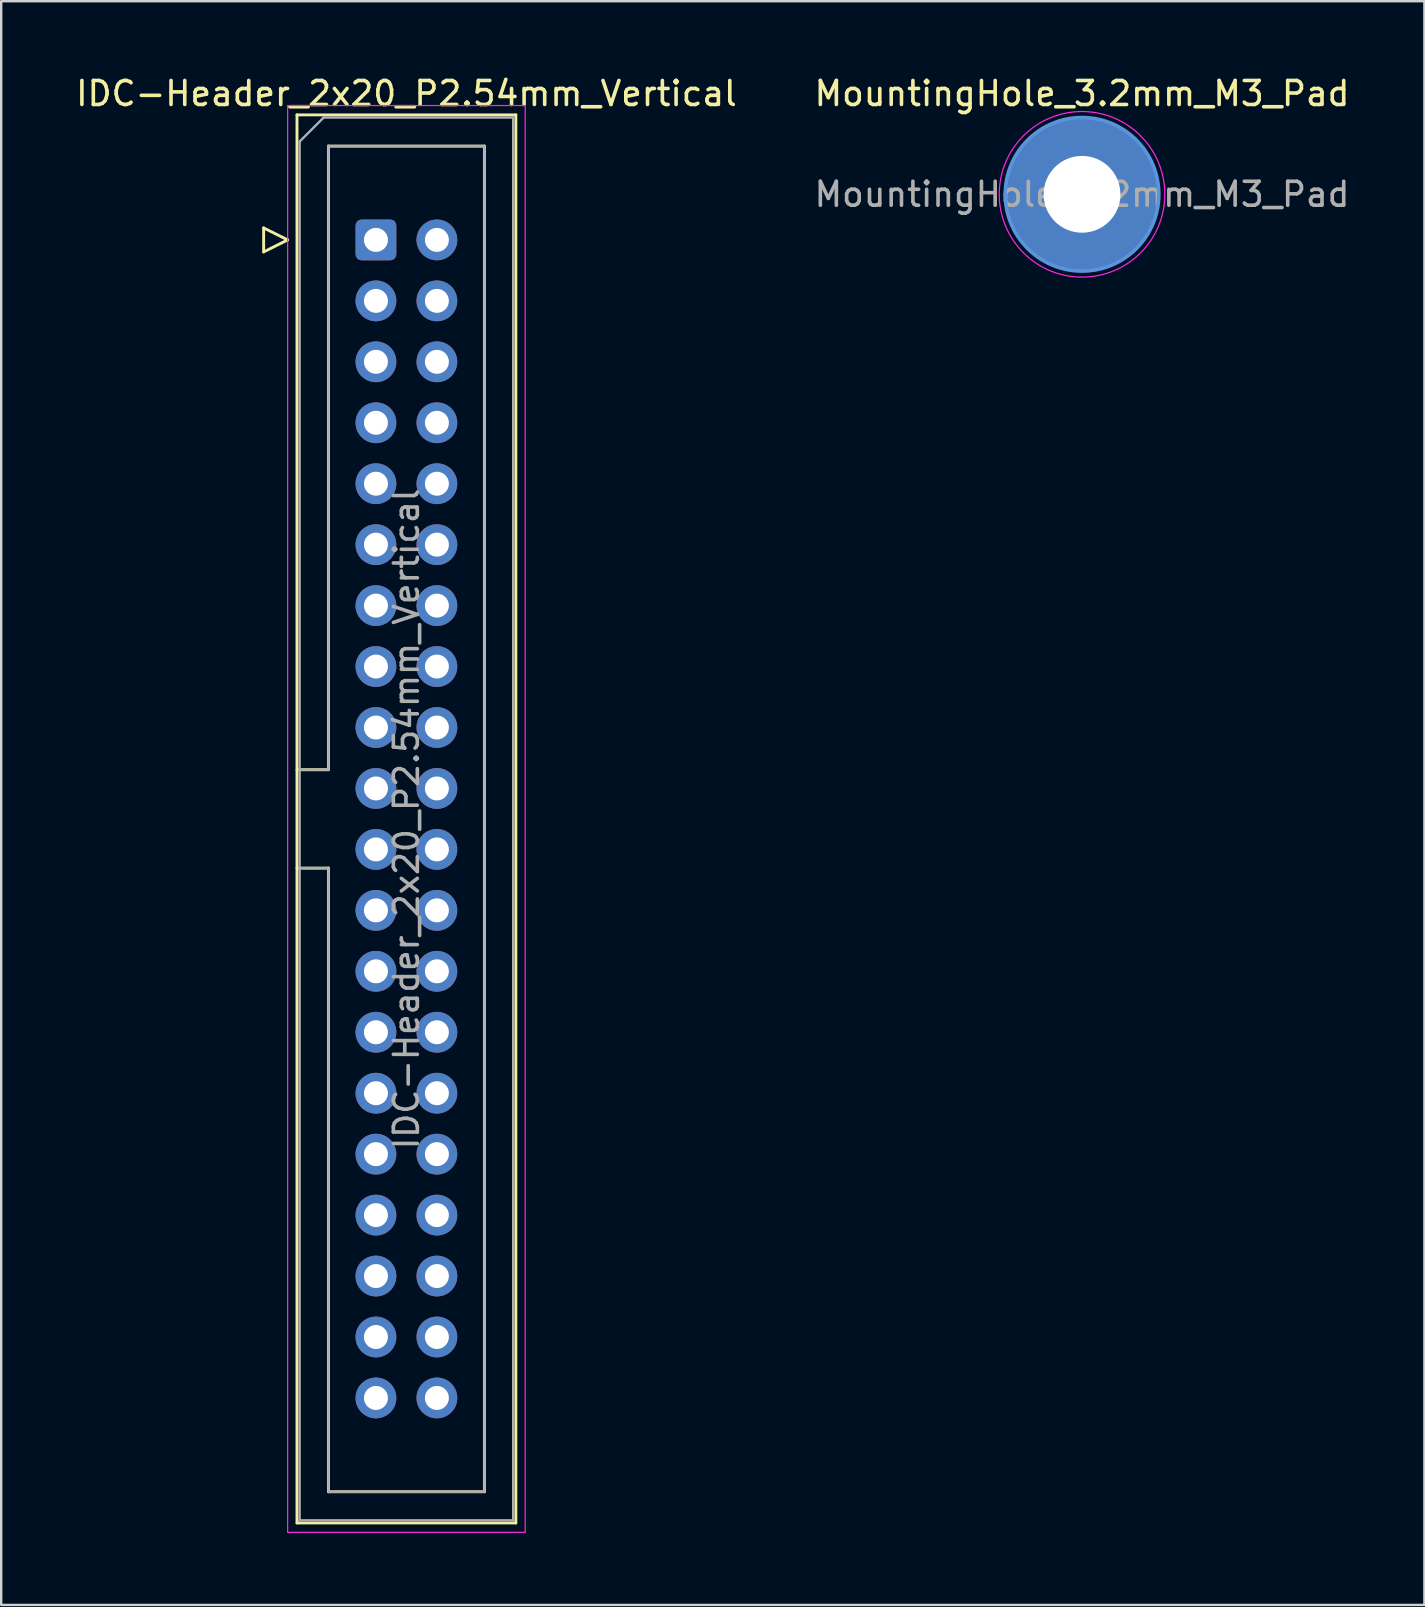
<source format=kicad_pcb>
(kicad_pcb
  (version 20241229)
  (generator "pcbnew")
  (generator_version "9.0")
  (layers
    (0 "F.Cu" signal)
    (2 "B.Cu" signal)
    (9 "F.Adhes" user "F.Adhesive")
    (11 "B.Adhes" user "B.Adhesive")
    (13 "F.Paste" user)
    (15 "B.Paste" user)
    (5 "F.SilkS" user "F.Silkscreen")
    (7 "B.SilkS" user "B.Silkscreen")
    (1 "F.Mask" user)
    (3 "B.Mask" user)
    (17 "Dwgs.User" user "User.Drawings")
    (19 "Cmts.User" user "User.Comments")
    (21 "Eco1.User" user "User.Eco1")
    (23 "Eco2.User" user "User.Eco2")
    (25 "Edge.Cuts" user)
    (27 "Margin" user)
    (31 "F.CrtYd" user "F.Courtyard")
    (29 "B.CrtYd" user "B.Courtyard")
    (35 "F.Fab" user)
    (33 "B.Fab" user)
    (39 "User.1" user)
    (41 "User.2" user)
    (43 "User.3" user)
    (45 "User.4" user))
  (footprint "MountingHole_3.2mm_M3_Pad"
    (layer "F.Cu")
    (at 42.042 5.048)
    (property "Reference" "MountingHole_3.2mm_M3_Pad" (at 0 -4.2 0) (layer "F.SilkS") (effects (font (size 1 1) (thickness 0.15))))
    (attr exclude_from_pos_files exclude_from_bom)
    (fp_circle (center 0 0) (end 3.2 0) (stroke (width 0.15) (type solid)) (fill no) (layer "Cmts.User"))
    (fp_circle (center 0 0) (end 3.45 0) (stroke (width 0.05) (type solid)) (fill no) (layer "F.CrtYd"))
    (fp_text user "${REFERENCE}" (at 0 0 0) (layer "F.Fab") (effects (font (size 1 1) (thickness 0.15))))
    (pad "1" thru_hole circle (at 0 0) (size 6.4 6.4) (drill 3.2) (layers "*.Cu" "*.Mask")))
  (footprint "IDC-Header_2x20_P2.54mm_Vertical"
    (layer "F.Cu")
    (at 12.617 6.948)
    (property "Reference" "IDC-Header_2x20_P2.54mm_Vertical" (at 1.27 -6.1 0) (layer "F.SilkS") (effects (font (size 1 1) (thickness 0.15))))
    (attr through_hole)
    (fp_line (start -4.68 -0.5) (end -4.68 0.5) (stroke (width 0.12) (type solid)) (layer "F.SilkS"))
    (fp_line (start -4.68 0.5) (end -3.68 0) (stroke (width 0.12) (type solid)) (layer "F.SilkS"))
    (fp_line (start -3.68 0) (end -4.68 -0.5) (stroke (width 0.12) (type solid)) (layer "F.SilkS"))
    (fp_line (start -3.29 -5.21) (end 5.83 -5.21) (stroke (width 0.12) (type solid)) (layer "F.SilkS"))
    (fp_line (start -3.29 22.08) (end -1.98 22.08) (stroke (width 0.12) (type solid)) (layer "F.SilkS"))
    (fp_line (start -3.29 53.47) (end -3.29 -5.21) (stroke (width 0.12) (type solid)) (layer "F.SilkS"))
    (fp_line (start -1.98 -3.91) (end 4.52 -3.91) (stroke (width 0.12) (type solid)) (layer "F.SilkS"))
    (fp_line (start -1.98 22.08) (end -1.98 -3.91) (stroke (width 0.12) (type solid)) (layer "F.SilkS"))
    (fp_line (start -1.98 26.18) (end -3.29 26.18) (stroke (width 0.12) (type solid)) (layer "F.SilkS"))
    (fp_line (start -1.98 26.18) (end -1.98 26.18) (stroke (width 0.12) (type solid)) (layer "F.SilkS"))
    (fp_line (start -1.98 52.17) (end -1.98 26.18) (stroke (width 0.12) (type solid)) (layer "F.SilkS"))
    (fp_line (start 4.52 -3.91) (end 4.52 52.17) (stroke (width 0.12) (type solid)) (layer "F.SilkS"))
    (fp_line (start 4.52 52.17) (end -1.98 52.17) (stroke (width 0.12) (type solid)) (layer "F.SilkS"))
    (fp_line (start 5.83 -5.21) (end 5.83 53.47) (stroke (width 0.12) (type solid)) (layer "F.SilkS"))
    (fp_line (start 5.83 53.47) (end -3.29 53.47) (stroke (width 0.12) (type solid)) (layer "F.SilkS"))
    (fp_line (start -3.68 -5.6) (end -3.68 53.86) (stroke (width 0.05) (type solid)) (layer "F.CrtYd"))
    (fp_line (start -3.68 53.86) (end 6.22 53.86) (stroke (width 0.05) (type solid)) (layer "F.CrtYd"))
    (fp_line (start 6.22 -5.6) (end -3.68 -5.6) (stroke (width 0.05) (type solid)) (layer "F.CrtYd"))
    (fp_line (start 6.22 53.86) (end 6.22 -5.6) (stroke (width 0.05) (type solid)) (layer "F.CrtYd"))
    (fp_line (start -3.18 -4.1) (end -2.18 -5.1) (stroke (width 0.1) (type solid)) (layer "F.Fab"))
    (fp_line (start -3.18 22.08) (end -1.98 22.08) (stroke (width 0.1) (type solid)) (layer "F.Fab"))
    (fp_line (start -3.18 53.36) (end -3.18 -4.1) (stroke (width 0.1) (type solid)) (layer "F.Fab"))
    (fp_line (start -2.18 -5.1) (end 5.72 -5.1) (stroke (width 0.1) (type solid)) (layer "F.Fab"))
    (fp_line (start -1.98 -3.91) (end 4.52 -3.91) (stroke (width 0.1) (type solid)) (layer "F.Fab"))
    (fp_line (start -1.98 22.08) (end -1.98 -3.91) (stroke (width 0.1) (type solid)) (layer "F.Fab"))
    (fp_line (start -1.98 26.18) (end -3.18 26.18) (stroke (width 0.1) (type solid)) (layer "F.Fab"))
    (fp_line (start -1.98 26.18) (end -1.98 26.18) (stroke (width 0.1) (type solid)) (layer "F.Fab"))
    (fp_line (start -1.98 52.17) (end -1.98 26.18) (stroke (width 0.1) (type solid)) (layer "F.Fab"))
    (fp_line (start 4.52 -3.91) (end 4.52 52.17) (stroke (width 0.1) (type solid)) (layer "F.Fab"))
    (fp_line (start 4.52 52.17) (end -1.98 52.17) (stroke (width 0.1) (type solid)) (layer "F.Fab"))
    (fp_line (start 5.72 -5.1) (end 5.72 53.36) (stroke (width 0.1) (type solid)) (layer "F.Fab"))
    (fp_line (start 5.72 53.36) (end -3.18 53.36) (stroke (width 0.1) (type solid)) (layer "F.Fab"))
    (fp_text user "${REFERENCE}" (at 1.27 24.13 90) (layer "F.Fab") (effects (font (size 1 1) (thickness 0.15))))
    (pad "1" thru_hole roundrect (at 0 0) (size 1.7 1.7) (drill 1) (layers "*.Cu" "*.Mask") (roundrect_rratio 0.147))
    (pad "2" thru_hole circle (at 2.54 0) (size 1.7 1.7) (drill 1) (layers "*.Cu" "*.Mask"))
    (pad "3" thru_hole circle (at 0 2.54) (size 1.7 1.7) (drill 1) (layers "*.Cu" "*.Mask"))
    (pad "4" thru_hole circle (at 2.54 2.54) (size 1.7 1.7) (drill 1) (layers "*.Cu" "*.Mask"))
    (pad "5" thru_hole circle (at 0 5.08) (size 1.7 1.7) (drill 1) (layers "*.Cu" "*.Mask"))
    (pad "6" thru_hole circle (at 2.54 5.08) (size 1.7 1.7) (drill 1) (layers "*.Cu" "*.Mask"))
    (pad "7" thru_hole circle (at 0 7.62) (size 1.7 1.7) (drill 1) (layers "*.Cu" "*.Mask"))
    (pad "8" thru_hole circle (at 2.54 7.62) (size 1.7 1.7) (drill 1) (layers "*.Cu" "*.Mask"))
    (pad "9" thru_hole circle (at 0 10.16) (size 1.7 1.7) (drill 1) (layers "*.Cu" "*.Mask"))
    (pad "10" thru_hole circle (at 2.54 10.16) (size 1.7 1.7) (drill 1) (layers "*.Cu" "*.Mask"))
    (pad "11" thru_hole circle (at 0 12.7) (size 1.7 1.7) (drill 1) (layers "*.Cu" "*.Mask"))
    (pad "12" thru_hole circle (at 2.54 12.7) (size 1.7 1.7) (drill 1) (layers "*.Cu" "*.Mask"))
    (pad "13" thru_hole circle (at 0 15.24) (size 1.7 1.7) (drill 1) (layers "*.Cu" "*.Mask"))
    (pad "14" thru_hole circle (at 2.54 15.24) (size 1.7 1.7) (drill 1) (layers "*.Cu" "*.Mask"))
    (pad "15" thru_hole circle (at 0 17.78) (size 1.7 1.7) (drill 1) (layers "*.Cu" "*.Mask"))
    (pad "16" thru_hole circle (at 2.54 17.78) (size 1.7 1.7) (drill 1) (layers "*.Cu" "*.Mask"))
    (pad "17" thru_hole circle (at 0 20.32) (size 1.7 1.7) (drill 1) (layers "*.Cu" "*.Mask"))
    (pad "18" thru_hole circle (at 2.54 20.32) (size 1.7 1.7) (drill 1) (layers "*.Cu" "*.Mask"))
    (pad "19" thru_hole circle (at 0 22.86) (size 1.7 1.7) (drill 1) (layers "*.Cu" "*.Mask"))
    (pad "20" thru_hole circle (at 2.54 22.86) (size 1.7 1.7) (drill 1) (layers "*.Cu" "*.Mask"))
    (pad "21" thru_hole circle (at 0 25.4) (size 1.7 1.7) (drill 1) (layers "*.Cu" "*.Mask"))
    (pad "22" thru_hole circle (at 2.54 25.4) (size 1.7 1.7) (drill 1) (layers "*.Cu" "*.Mask"))
    (pad "23" thru_hole circle (at 0 27.94) (size 1.7 1.7) (drill 1) (layers "*.Cu" "*.Mask"))
    (pad "24" thru_hole circle (at 2.54 27.94) (size 1.7 1.7) (drill 1) (layers "*.Cu" "*.Mask"))
    (pad "25" thru_hole circle (at 0 30.48) (size 1.7 1.7) (drill 1) (layers "*.Cu" "*.Mask"))
    (pad "26" thru_hole circle (at 2.54 30.48) (size 1.7 1.7) (drill 1) (layers "*.Cu" "*.Mask"))
    (pad "27" thru_hole circle (at 0 33.02) (size 1.7 1.7) (drill 1) (layers "*.Cu" "*.Mask"))
    (pad "28" thru_hole circle (at 2.54 33.02) (size 1.7 1.7) (drill 1) (layers "*.Cu" "*.Mask"))
    (pad "29" thru_hole circle (at 0 35.56) (size 1.7 1.7) (drill 1) (layers "*.Cu" "*.Mask"))
    (pad "30" thru_hole circle (at 2.54 35.56) (size 1.7 1.7) (drill 1) (layers "*.Cu" "*.Mask"))
    (pad "31" thru_hole circle (at 0 38.1) (size 1.7 1.7) (drill 1) (layers "*.Cu" "*.Mask"))
    (pad "32" thru_hole circle (at 2.54 38.1) (size 1.7 1.7) (drill 1) (layers "*.Cu" "*.Mask"))
    (pad "33" thru_hole circle (at 0 40.64) (size 1.7 1.7) (drill 1) (layers "*.Cu" "*.Mask"))
    (pad "34" thru_hole circle (at 2.54 40.64) (size 1.7 1.7) (drill 1) (layers "*.Cu" "*.Mask"))
    (pad "35" thru_hole circle (at 0 43.18) (size 1.7 1.7) (drill 1) (layers "*.Cu" "*.Mask"))
    (pad "36" thru_hole circle (at 2.54 43.18) (size 1.7 1.7) (drill 1) (layers "*.Cu" "*.Mask"))
    (pad "37" thru_hole circle (at 0 45.72) (size 1.7 1.7) (drill 1) (layers "*.Cu" "*.Mask"))
    (pad "38" thru_hole circle (at 2.54 45.72) (size 1.7 1.7) (drill 1) (layers "*.Cu" "*.Mask"))
    (pad "39" thru_hole circle (at 0 48.26) (size 1.7 1.7) (drill 1) (layers "*.Cu" "*.Mask"))
    (pad "40" thru_hole circle (at 2.54 48.26) (size 1.7 1.7) (drill 1) (layers "*.Cu" "*.Mask")))
  (gr_rect
    (start -3 -3)
    (end 56.31 63.833)
    (stroke (width 0.1) (type default))
    (fill no)
    (layer "Edge.Cuts")))
</source>
